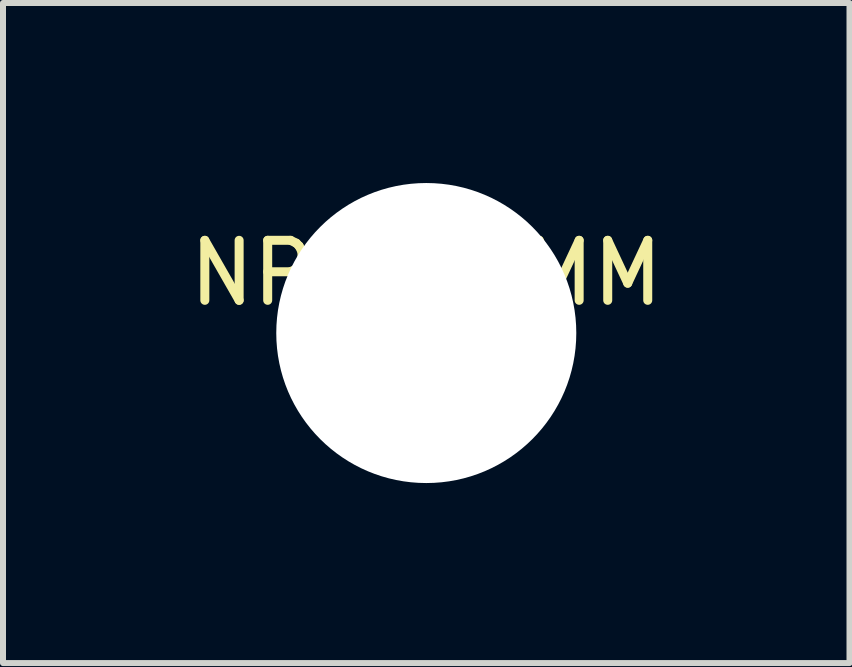
<source format=kicad_pcb>
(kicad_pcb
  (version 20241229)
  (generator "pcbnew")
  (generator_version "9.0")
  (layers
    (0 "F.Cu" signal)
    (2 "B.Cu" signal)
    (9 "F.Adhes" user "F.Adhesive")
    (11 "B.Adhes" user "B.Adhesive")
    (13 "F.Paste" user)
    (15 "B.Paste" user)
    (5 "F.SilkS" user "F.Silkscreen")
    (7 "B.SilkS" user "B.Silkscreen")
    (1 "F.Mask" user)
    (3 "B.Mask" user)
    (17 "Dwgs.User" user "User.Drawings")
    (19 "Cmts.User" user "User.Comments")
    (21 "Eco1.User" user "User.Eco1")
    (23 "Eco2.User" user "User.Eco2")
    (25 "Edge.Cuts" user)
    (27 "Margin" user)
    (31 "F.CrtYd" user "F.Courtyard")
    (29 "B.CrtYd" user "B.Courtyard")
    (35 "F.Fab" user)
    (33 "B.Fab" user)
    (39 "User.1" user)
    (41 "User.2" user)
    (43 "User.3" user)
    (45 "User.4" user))
  (footprint "NPTH_3MM"
    (layer "F.Cu")
    (at 4.054 2.5)
    (property "Reference" "NPTH_3MM" (at 0 -1 0) (layer "F.SilkS") (effects (font (size 1 1) (thickness 0.15))))
    (attr through_hole)
    (pad "" np_thru_hole circle (at 0 0) (size 5 5) (drill 5) (layers "*.Cu" "*.Mask")))
  (gr_rect
    (start -3 -3)
    (end 11.107 8)
    (stroke (width 0.1) (type default))
    (fill no)
    (layer "Edge.Cuts")))
</source>
